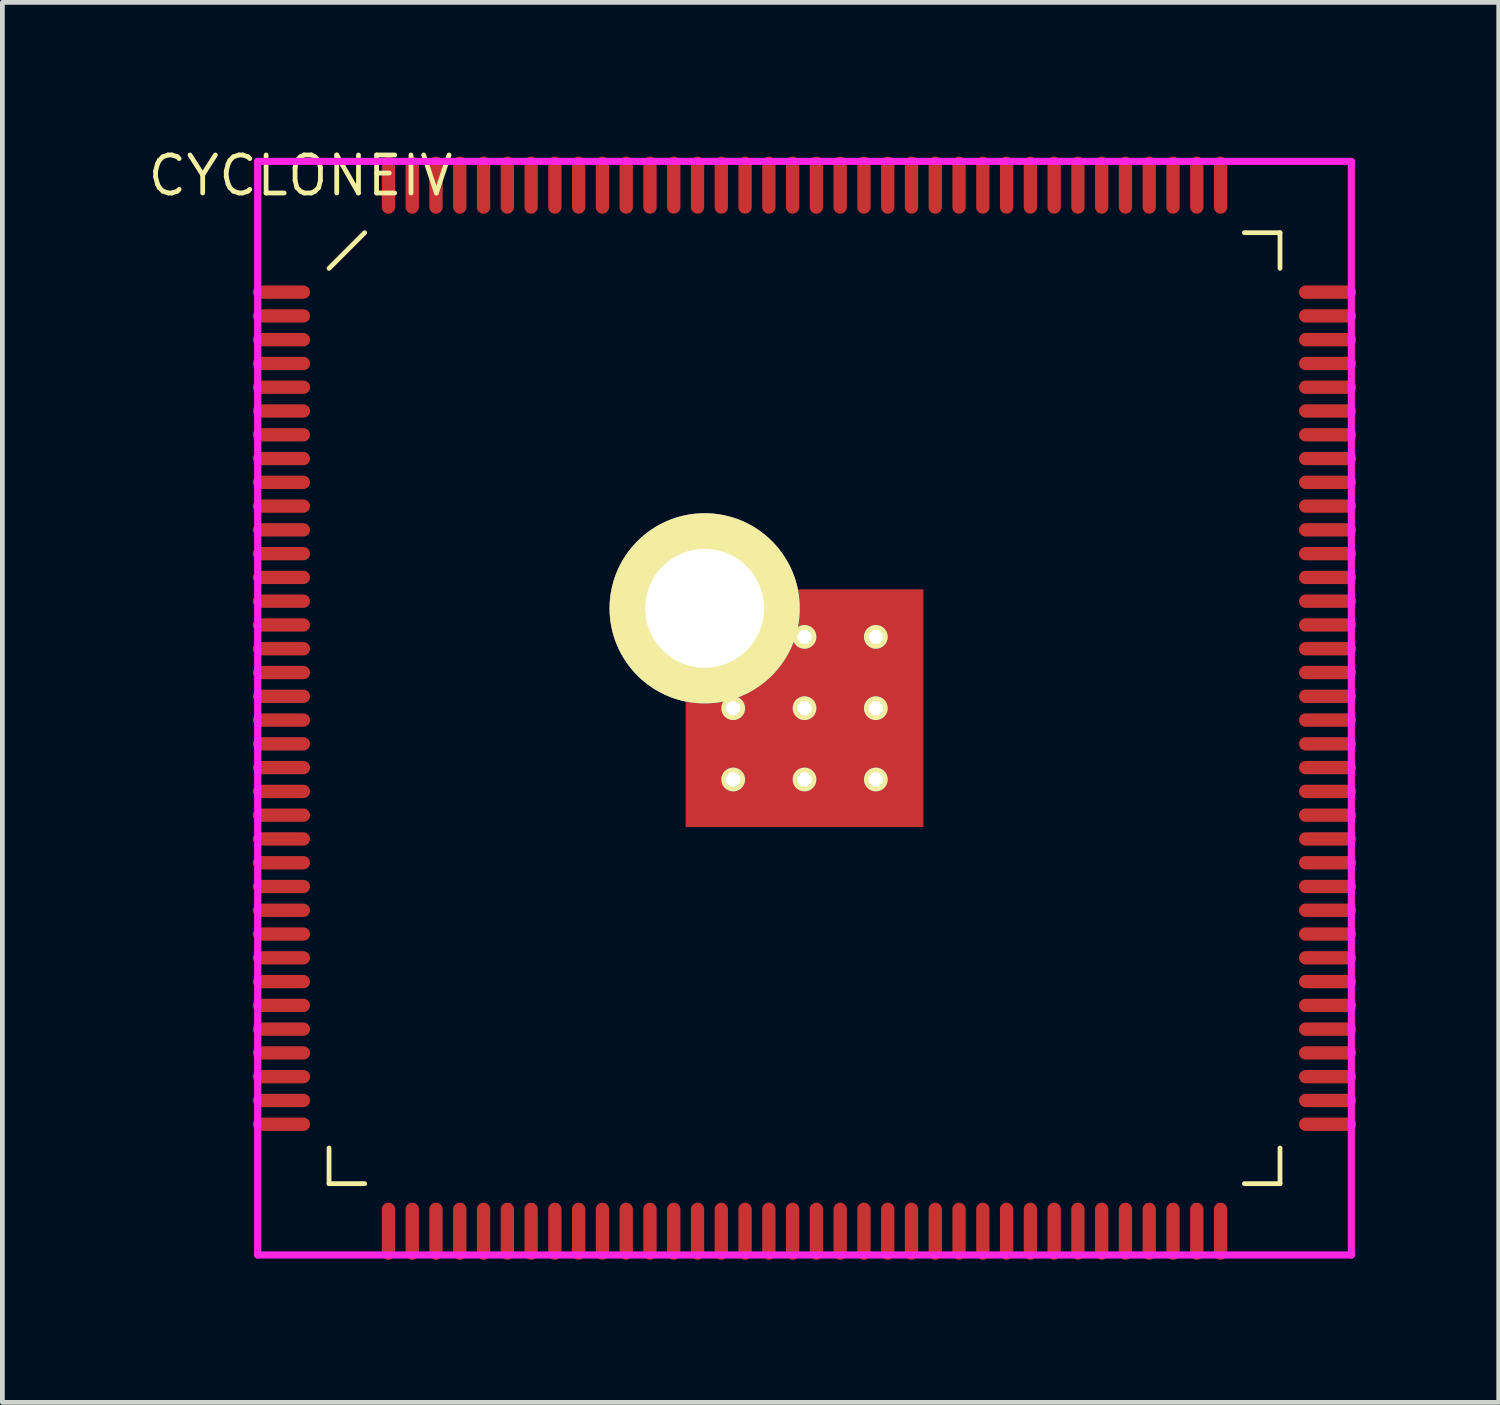
<source format=kicad_pcb>
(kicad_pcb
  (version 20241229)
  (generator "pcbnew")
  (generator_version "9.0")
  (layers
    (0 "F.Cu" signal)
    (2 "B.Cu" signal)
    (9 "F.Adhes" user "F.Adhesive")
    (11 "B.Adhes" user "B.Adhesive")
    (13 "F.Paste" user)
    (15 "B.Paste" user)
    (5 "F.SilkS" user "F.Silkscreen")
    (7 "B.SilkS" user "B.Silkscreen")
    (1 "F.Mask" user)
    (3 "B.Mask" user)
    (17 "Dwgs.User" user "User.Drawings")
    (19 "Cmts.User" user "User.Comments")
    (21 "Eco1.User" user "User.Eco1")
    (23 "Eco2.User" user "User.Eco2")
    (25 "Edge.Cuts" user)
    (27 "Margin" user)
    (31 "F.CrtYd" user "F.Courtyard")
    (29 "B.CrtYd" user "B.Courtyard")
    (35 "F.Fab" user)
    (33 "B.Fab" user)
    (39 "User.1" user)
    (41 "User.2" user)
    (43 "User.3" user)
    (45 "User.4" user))
  (footprint "CYCLONEIV"
    (layer "F.Cu")
    (at 13.87 11.844)
    (property "Reference" "CYCLONEIV" (at -10.6 -11.2 0) (layer "F.SilkS") (effects (font (size 0.8 0.8) (thickness 0.1))))
    (attr through_hole)
    (fp_line (start -10 -9.25) (end -9.25 -10) (stroke (width 0.1) (type solid)) (layer "F.SilkS"))
    (fp_line (start -10 10) (end -10 9.25) (stroke (width 0.1) (type solid)) (layer "F.SilkS"))
    (fp_line (start -9.25 10) (end -10 10) (stroke (width 0.1) (type solid)) (layer "F.SilkS"))
    (fp_line (start 9.25 -10) (end 10 -10) (stroke (width 0.1) (type solid)) (layer "F.SilkS"))
    (fp_line (start 9.25 10) (end 10 10) (stroke (width 0.1) (type solid)) (layer "F.SilkS"))
    (fp_line (start 10 -10) (end 10 -9.25) (stroke (width 0.1) (type solid)) (layer "F.SilkS"))
    (fp_line (start 10 10) (end 10 9.25) (stroke (width 0.1) (type solid)) (layer "F.SilkS"))
    (fp_line (start -11.5 -11.5) (end 11.5 -11.5) (stroke (width 0.15) (type solid)) (layer "F.CrtYd"))
    (fp_line (start -11.5 11.5) (end -11.5 -11.5) (stroke (width 0.15) (type solid)) (layer "F.CrtYd"))
    (fp_line (start 11.5 -11.5) (end 11.5 11.5) (stroke (width 0.15) (type solid)) (layer "F.CrtYd"))
    (fp_line (start 11.5 11.5) (end -11.5 11.5) (stroke (width 0.15) (type solid)) (layer "F.CrtYd"))
    (pad "1" smd oval (at -11 -8.75 90) (size 0.28 1.2) (layers "F.Cu" "F.Mask" "F.Paste"))
    (pad "2" smd oval (at -11 -8.25 90) (size 0.28 1.2) (layers "F.Cu" "F.Mask" "F.Paste"))
    (pad "3" smd oval (at -11 -7.75 90) (size 0.28 1.2) (layers "F.Cu" "F.Mask" "F.Paste"))
    (pad "4" smd oval (at -11 -7.25 90) (size 0.28 1.2) (layers "F.Cu" "F.Mask" "F.Paste"))
    (pad "5" smd oval (at -11 -6.75 90) (size 0.28 1.2) (layers "F.Cu" "F.Mask" "F.Paste"))
    (pad "6" smd oval (at -11 -6.25 90) (size 0.28 1.2) (layers "F.Cu" "F.Mask" "F.Paste"))
    (pad "7" smd oval (at -11 -5.75 90) (size 0.28 1.2) (layers "F.Cu" "F.Mask" "F.Paste"))
    (pad "8" smd oval (at -11 -5.25 90) (size 0.28 1.2) (layers "F.Cu" "F.Mask" "F.Paste"))
    (pad "9" smd oval (at -11 -4.75 90) (size 0.28 1.2) (layers "F.Cu" "F.Mask" "F.Paste"))
    (pad "10" smd oval (at -11 -4.25 90) (size 0.28 1.2) (layers "F.Cu" "F.Mask" "F.Paste"))
    (pad "11" smd oval (at -11 -3.75 90) (size 0.28 1.2) (layers "F.Cu" "F.Mask" "F.Paste"))
    (pad "12" smd oval (at -11 -3.25 90) (size 0.28 1.2) (layers "F.Cu" "F.Mask" "F.Paste"))
    (pad "13" smd oval (at -11 -2.75 90) (size 0.28 1.2) (layers "F.Cu" "F.Mask" "F.Paste"))
    (pad "14" smd oval (at -11 -2.25 90) (size 0.28 1.2) (layers "F.Cu" "F.Mask" "F.Paste"))
    (pad "15" smd oval (at -11 -1.75 90) (size 0.28 1.2) (layers "F.Cu" "F.Mask" "F.Paste"))
    (pad "16" smd oval (at -11 -1.25 90) (size 0.28 1.2) (layers "F.Cu" "F.Mask" "F.Paste"))
    (pad "17" smd oval (at -11 -0.75 90) (size 0.28 1.2) (layers "F.Cu" "F.Mask" "F.Paste"))
    (pad "18" smd oval (at -11 -0.25 90) (size 0.28 1.2) (layers "F.Cu" "F.Mask" "F.Paste"))
    (pad "19" smd oval (at -11 0.25 90) (size 0.28 1.2) (layers "F.Cu" "F.Mask" "F.Paste"))
    (pad "20" smd oval (at -11 0.75 90) (size 0.28 1.2) (layers "F.Cu" "F.Mask" "F.Paste"))
    (pad "21" smd oval (at -11 1.25 90) (size 0.28 1.2) (layers "F.Cu" "F.Mask" "F.Paste"))
    (pad "22" smd oval (at -11 1.75 90) (size 0.28 1.2) (layers "F.Cu" "F.Mask" "F.Paste"))
    (pad "23" smd oval (at -11 2.25 90) (size 0.28 1.2) (layers "F.Cu" "F.Mask" "F.Paste"))
    (pad "24" smd oval (at -11 2.75 90) (size 0.28 1.2) (layers "F.Cu" "F.Mask" "F.Paste"))
    (pad "25" smd oval (at -11 3.25 90) (size 0.28 1.2) (layers "F.Cu" "F.Mask" "F.Paste"))
    (pad "26" smd oval (at -11 3.75 90) (size 0.28 1.2) (layers "F.Cu" "F.Mask" "F.Paste"))
    (pad "27" smd oval (at -11 4.25 90) (size 0.28 1.2) (layers "F.Cu" "F.Mask" "F.Paste"))
    (pad "28" smd oval (at -11 4.75 90) (size 0.28 1.2) (layers "F.Cu" "F.Mask" "F.Paste"))
    (pad "29" smd oval (at -11 5.25 90) (size 0.28 1.2) (layers "F.Cu" "F.Mask" "F.Paste"))
    (pad "30" smd oval (at -11 5.75 90) (size 0.28 1.2) (layers "F.Cu" "F.Mask" "F.Paste"))
    (pad "31" smd oval (at -11 6.25 90) (size 0.28 1.2) (layers "F.Cu" "F.Mask" "F.Paste"))
    (pad "32" smd oval (at -11 6.75 90) (size 0.28 1.2) (layers "F.Cu" "F.Mask" "F.Paste"))
    (pad "33" smd oval (at -11 7.25 90) (size 0.28 1.2) (layers "F.Cu" "F.Mask" "F.Paste"))
    (pad "34" smd oval (at -11 7.75 90) (size 0.28 1.2) (layers "F.Cu" "F.Mask" "F.Paste"))
    (pad "35" smd oval (at -11 8.25 90) (size 0.28 1.2) (layers "F.Cu" "F.Mask" "F.Paste"))
    (pad "36" smd oval (at -11 8.75 90) (size 0.28 1.2) (layers "F.Cu" "F.Mask" "F.Paste"))
    (pad "37" smd oval (at -8.75 11) (size 0.28 1.2) (layers "F.Cu" "F.Mask" "F.Paste"))
    (pad "38" smd oval (at -8.25 11) (size 0.28 1.2) (layers "F.Cu" "F.Mask" "F.Paste"))
    (pad "39" smd oval (at -7.75 11) (size 0.28 1.2) (layers "F.Cu" "F.Mask" "F.Paste"))
    (pad "40" smd oval (at -7.25 11) (size 0.28 1.2) (layers "F.Cu" "F.Mask" "F.Paste"))
    (pad "41" smd oval (at -6.75 11) (size 0.28 1.2) (layers "F.Cu" "F.Mask" "F.Paste"))
    (pad "42" smd oval (at -6.25 11) (size 0.28 1.2) (layers "F.Cu" "F.Mask" "F.Paste"))
    (pad "43" smd oval (at -5.75 11) (size 0.28 1.2) (layers "F.Cu" "F.Mask" "F.Paste"))
    (pad "44" smd oval (at -5.25 11) (size 0.28 1.2) (layers "F.Cu" "F.Mask" "F.Paste"))
    (pad "45" smd oval (at -4.75 11) (size 0.28 1.2) (layers "F.Cu" "F.Mask" "F.Paste"))
    (pad "46" smd oval (at -4.25 11) (size 0.28 1.2) (layers "F.Cu" "F.Mask" "F.Paste"))
    (pad "47" smd oval (at -3.75 11) (size 0.28 1.2) (layers "F.Cu" "F.Mask" "F.Paste"))
    (pad "48" smd oval (at -3.25 11) (size 0.28 1.2) (layers "F.Cu" "F.Mask" "F.Paste"))
    (pad "49" smd oval (at -2.75 11) (size 0.28 1.2) (layers "F.Cu" "F.Mask" "F.Paste"))
    (pad "50" smd oval (at -2.25 11) (size 0.28 1.2) (layers "F.Cu" "F.Mask" "F.Paste"))
    (pad "51" smd oval (at -1.75 11) (size 0.28 1.2) (layers "F.Cu" "F.Mask" "F.Paste"))
    (pad "52" smd oval (at -1.25 11) (size 0.28 1.2) (layers "F.Cu" "F.Mask" "F.Paste"))
    (pad "53" smd oval (at -0.75 11) (size 0.28 1.2) (layers "F.Cu" "F.Mask" "F.Paste"))
    (pad "54" smd oval (at -0.25 11) (size 0.28 1.2) (layers "F.Cu" "F.Mask" "F.Paste"))
    (pad "55" smd oval (at 0.25 11) (size 0.28 1.2) (layers "F.Cu" "F.Mask" "F.Paste"))
    (pad "56" smd oval (at 0.75 11) (size 0.28 1.2) (layers "F.Cu" "F.Mask" "F.Paste"))
    (pad "57" smd oval (at 1.25 11) (size 0.28 1.2) (layers "F.Cu" "F.Mask" "F.Paste"))
    (pad "58" smd oval (at 1.75 11) (size 0.28 1.2) (layers "F.Cu" "F.Mask" "F.Paste"))
    (pad "59" smd oval (at 2.25 11) (size 0.28 1.2) (layers "F.Cu" "F.Mask" "F.Paste"))
    (pad "60" smd oval (at 2.75 11) (size 0.28 1.2) (layers "F.Cu" "F.Mask" "F.Paste"))
    (pad "61" smd oval (at 3.25 11) (size 0.28 1.2) (layers "F.Cu" "F.Mask" "F.Paste"))
    (pad "62" smd oval (at 3.75 11) (size 0.28 1.2) (layers "F.Cu" "F.Mask" "F.Paste"))
    (pad "63" smd oval (at 4.25 11) (size 0.28 1.2) (layers "F.Cu" "F.Mask" "F.Paste"))
    (pad "64" smd oval (at 4.75 11) (size 0.28 1.2) (layers "F.Cu" "F.Mask" "F.Paste"))
    (pad "65" smd oval (at 5.25 11) (size 0.28 1.2) (layers "F.Cu" "F.Mask" "F.Paste"))
    (pad "66" smd oval (at 5.75 11) (size 0.28 1.2) (layers "F.Cu" "F.Mask" "F.Paste"))
    (pad "67" smd oval (at 6.25 11) (size 0.28 1.2) (layers "F.Cu" "F.Mask" "F.Paste"))
    (pad "68" smd oval (at 6.75 11) (size 0.28 1.2) (layers "F.Cu" "F.Mask" "F.Paste"))
    (pad "69" smd oval (at 7.25 11) (size 0.28 1.2) (layers "F.Cu" "F.Mask" "F.Paste"))
    (pad "70" smd oval (at 7.75 11) (size 0.28 1.2) (layers "F.Cu" "F.Mask" "F.Paste"))
    (pad "71" smd oval (at 8.25 11) (size 0.28 1.2) (layers "F.Cu" "F.Mask" "F.Paste"))
    (pad "72" smd oval (at 8.75 11) (size 0.28 1.2) (layers "F.Cu" "F.Mask" "F.Paste"))
    (pad "73" smd oval (at 11 8.75 90) (size 0.28 1.2) (layers "F.Cu" "F.Mask" "F.Paste"))
    (pad "74" smd oval (at 11 8.25 90) (size 0.28 1.2) (layers "F.Cu" "F.Mask" "F.Paste"))
    (pad "75" smd oval (at 11 7.75 90) (size 0.28 1.2) (layers "F.Cu" "F.Mask" "F.Paste"))
    (pad "76" smd oval (at 11 7.25 90) (size 0.28 1.2) (layers "F.Cu" "F.Mask" "F.Paste"))
    (pad "77" smd oval (at 11 6.75 90) (size 0.28 1.2) (layers "F.Cu" "F.Mask" "F.Paste"))
    (pad "78" smd oval (at 11 6.25 90) (size 0.28 1.2) (layers "F.Cu" "F.Mask" "F.Paste"))
    (pad "79" smd oval (at 11 5.75 90) (size 0.28 1.2) (layers "F.Cu" "F.Mask" "F.Paste"))
    (pad "80" smd oval (at 11 5.25 90) (size 0.28 1.2) (layers "F.Cu" "F.Mask" "F.Paste"))
    (pad "81" smd oval (at 11 4.75 90) (size 0.28 1.2) (layers "F.Cu" "F.Mask" "F.Paste"))
    (pad "82" smd oval (at 11 4.25 90) (size 0.28 1.2) (layers "F.Cu" "F.Mask" "F.Paste"))
    (pad "83" smd oval (at 11 3.75 90) (size 0.28 1.2) (layers "F.Cu" "F.Mask" "F.Paste"))
    (pad "84" smd oval (at 11 3.25 90) (size 0.28 1.2) (layers "F.Cu" "F.Mask" "F.Paste"))
    (pad "85" smd oval (at 11 2.75 90) (size 0.28 1.2) (layers "F.Cu" "F.Mask" "F.Paste"))
    (pad "86" smd oval (at 11 2.25 90) (size 0.28 1.2) (layers "F.Cu" "F.Mask" "F.Paste"))
    (pad "87" smd oval (at 11 1.75 90) (size 0.28 1.2) (layers "F.Cu" "F.Mask" "F.Paste"))
    (pad "88" smd oval (at 11 1.25 90) (size 0.28 1.2) (layers "F.Cu" "F.Mask" "F.Paste"))
    (pad "89" smd oval (at 11 0.75 90) (size 0.28 1.2) (layers "F.Cu" "F.Mask" "F.Paste"))
    (pad "90" smd oval (at 11 0.25 90) (size 0.28 1.2) (layers "F.Cu" "F.Mask" "F.Paste"))
    (pad "91" smd oval (at 11 -0.25 90) (size 0.28 1.2) (layers "F.Cu" "F.Mask" "F.Paste"))
    (pad "92" smd oval (at 11 -0.75 90) (size 0.28 1.2) (layers "F.Cu" "F.Mask" "F.Paste"))
    (pad "93" smd oval (at 11 -1.25 90) (size 0.28 1.2) (layers "F.Cu" "F.Mask" "F.Paste"))
    (pad "94" smd oval (at 11 -1.75 90) (size 0.28 1.2) (layers "F.Cu" "F.Mask" "F.Paste"))
    (pad "95" smd oval (at 11 -2.25 90) (size 0.28 1.2) (layers "F.Cu" "F.Mask" "F.Paste"))
    (pad "96" smd oval (at 11 -2.75 90) (size 0.28 1.2) (layers "F.Cu" "F.Mask" "F.Paste"))
    (pad "97" smd oval (at 11 -3.25 90) (size 0.28 1.2) (layers "F.Cu" "F.Mask" "F.Paste"))
    (pad "98" smd oval (at 11 -3.75 90) (size 0.28 1.2) (layers "F.Cu" "F.Mask" "F.Paste"))
    (pad "99" smd oval (at 11 -4.25 90) (size 0.28 1.2) (layers "F.Cu" "F.Mask" "F.Paste"))
    (pad "100" smd oval (at 11 -4.75 90) (size 0.28 1.2) (layers "F.Cu" "F.Mask" "F.Paste"))
    (pad "101" smd oval (at 11 -5.25 90) (size 0.28 1.2) (layers "F.Cu" "F.Mask" "F.Paste"))
    (pad "102" smd oval (at 11 -5.75 90) (size 0.28 1.2) (layers "F.Cu" "F.Mask" "F.Paste"))
    (pad "103" smd oval (at 11 -6.25 90) (size 0.28 1.2) (layers "F.Cu" "F.Mask" "F.Paste"))
    (pad "104" smd oval (at 11 -6.75 90) (size 0.28 1.2) (layers "F.Cu" "F.Mask" "F.Paste"))
    (pad "105" smd oval (at 11 -7.25 90) (size 0.28 1.2) (layers "F.Cu" "F.Mask" "F.Paste"))
    (pad "106" smd oval (at 11 -7.75 90) (size 0.28 1.2) (layers "F.Cu" "F.Mask" "F.Paste"))
    (pad "107" smd oval (at 11 -8.25 90) (size 0.28 1.2) (layers "F.Cu" "F.Mask" "F.Paste"))
    (pad "108" smd oval (at 11 -8.75 90) (size 0.28 1.2) (layers "F.Cu" "F.Mask" "F.Paste"))
    (pad "109" smd oval (at 8.75 -11) (size 0.28 1.2) (layers "F.Cu" "F.Mask" "F.Paste"))
    (pad "110" smd oval (at 8.25 -11) (size 0.28 1.2) (layers "F.Cu" "F.Mask" "F.Paste"))
    (pad "111" smd oval (at 7.75 -11) (size 0.28 1.2) (layers "F.Cu" "F.Mask" "F.Paste"))
    (pad "112" smd oval (at 7.25 -11) (size 0.28 1.2) (layers "F.Cu" "F.Mask" "F.Paste"))
    (pad "113" smd oval (at 6.75 -11) (size 0.28 1.2) (layers "F.Cu" "F.Mask" "F.Paste"))
    (pad "114" smd oval (at 6.25 -11) (size 0.28 1.2) (layers "F.Cu" "F.Mask" "F.Paste"))
    (pad "115" smd oval (at 5.75 -11) (size 0.28 1.2) (layers "F.Cu" "F.Mask" "F.Paste"))
    (pad "116" smd oval (at 5.25 -11) (size 0.28 1.2) (layers "F.Cu" "F.Mask" "F.Paste"))
    (pad "117" smd oval (at 4.75 -11) (size 0.28 1.2) (layers "F.Cu" "F.Mask" "F.Paste"))
    (pad "118" smd oval (at 4.25 -11) (size 0.28 1.2) (layers "F.Cu" "F.Mask" "F.Paste"))
    (pad "119" smd oval (at 3.75 -11) (size 0.28 1.2) (layers "F.Cu" "F.Mask" "F.Paste"))
    (pad "120" smd oval (at 3.25 -11) (size 0.28 1.2) (layers "F.Cu" "F.Mask" "F.Paste"))
    (pad "121" smd oval (at 2.75 -11) (size 0.28 1.2) (layers "F.Cu" "F.Mask" "F.Paste"))
    (pad "122" smd oval (at 2.25 -11) (size 0.28 1.2) (layers "F.Cu" "F.Mask" "F.Paste"))
    (pad "123" smd oval (at 1.75 -11) (size 0.28 1.2) (layers "F.Cu" "F.Mask" "F.Paste"))
    (pad "124" smd oval (at 1.25 -11) (size 0.28 1.2) (layers "F.Cu" "F.Mask" "F.Paste"))
    (pad "125" smd oval (at 0.75 -11) (size 0.28 1.2) (layers "F.Cu" "F.Mask" "F.Paste"))
    (pad "126" smd oval (at 0.25 -11) (size 0.28 1.2) (layers "F.Cu" "F.Mask" "F.Paste"))
    (pad "127" smd oval (at -0.25 -11) (size 0.28 1.2) (layers "F.Cu" "F.Mask" "F.Paste"))
    (pad "128" smd oval (at -0.75 -11) (size 0.28 1.2) (layers "F.Cu" "F.Mask" "F.Paste"))
    (pad "129" smd oval (at -1.25 -11) (size 0.28 1.2) (layers "F.Cu" "F.Mask" "F.Paste"))
    (pad "130" smd oval (at -1.75 -11) (size 0.28 1.2) (layers "F.Cu" "F.Mask" "F.Paste"))
    (pad "131" smd oval (at -2.25 -11) (size 0.28 1.2) (layers "F.Cu" "F.Mask" "F.Paste"))
    (pad "132" smd oval (at -2.75 -11) (size 0.28 1.2) (layers "F.Cu" "F.Mask" "F.Paste"))
    (pad "133" smd oval (at -3.25 -11) (size 0.28 1.2) (layers "F.Cu" "F.Mask" "F.Paste"))
    (pad "134" smd oval (at -3.75 -11) (size 0.28 1.2) (layers "F.Cu" "F.Mask" "F.Paste"))
    (pad "135" smd oval (at -4.25 -11) (size 0.28 1.2) (layers "F.Cu" "F.Mask" "F.Paste"))
    (pad "136" smd oval (at -4.75 -11) (size 0.28 1.2) (layers "F.Cu" "F.Mask" "F.Paste"))
    (pad "137" smd oval (at -5.25 -11) (size 0.28 1.2) (layers "F.Cu" "F.Mask" "F.Paste"))
    (pad "138" smd oval (at -5.75 -11) (size 0.28 1.2) (layers "F.Cu" "F.Mask" "F.Paste"))
    (pad "139" smd oval (at -6.25 -11) (size 0.28 1.2) (layers "F.Cu" "F.Mask" "F.Paste"))
    (pad "140" smd oval (at -6.75 -11) (size 0.28 1.2) (layers "F.Cu" "F.Mask" "F.Paste"))
    (pad "141" smd oval (at -7.25 -11) (size 0.28 1.2) (layers "F.Cu" "F.Mask" "F.Paste"))
    (pad "142" smd oval (at -7.75 -11) (size 0.28 1.2) (layers "F.Cu" "F.Mask" "F.Paste"))
    (pad "143" smd oval (at -8.25 -11) (size 0.28 1.2) (layers "F.Cu" "F.Mask" "F.Paste"))
    (pad "144" smd oval (at -8.75 -11) (size 0.28 1.2) (layers "F.Cu" "F.Mask" "F.Paste"))
    (pad "145" thru_hole circle (at -2.1 -2.1) (size 4 4) (drill 2.5) (layers "*.Cu" "*.Mask" "F.SilkS"))
    (pad "145" thru_hole circle (at -1.5 0) (size 0.5 0.5) (drill 0.3) (layers "*.Cu" "*.Mask" "F.SilkS"))
    (pad "145" thru_hole circle (at -1.5 1.5) (size 0.5 0.5) (drill 0.3) (layers "*.Cu" "*.Mask" "F.SilkS"))
    (pad "145" thru_hole circle (at 0 -1.5) (size 0.5 0.5) (drill 0.3) (layers "*.Cu" "*.Mask" "F.SilkS"))
    (pad "145" thru_hole circle (at 0 0) (size 0.5 0.5) (drill 0.3) (layers "*.Cu" "*.Mask" "F.SilkS"))
    (pad "145" smd rect (at 0 0) (size 5 5) (layers "F.Cu" "F.Mask"))
    (pad "145" thru_hole circle (at 0 1.5) (size 0.5 0.5) (drill 0.3) (layers "*.Cu" "*.Mask" "F.SilkS"))
    (pad "145" thru_hole circle (at 1.5 -1.5) (size 0.5 0.5) (drill 0.3) (layers "*.Cu" "*.Mask" "F.SilkS"))
    (pad "145" thru_hole circle (at 1.5 0) (size 0.5 0.5) (drill 0.3) (layers "*.Cu" "*.Mask" "F.SilkS"))
    (pad "145" thru_hole circle (at 1.5 1.5) (size 0.5 0.5) (drill 0.3) (layers "*.Cu" "*.Mask" "F.SilkS")))
  (gr_rect
    (start -3 -3)
    (end 28.47 26.444)
    (stroke (width 0.1) (type default))
    (fill no)
    (layer "Edge.Cuts")))
</source>
